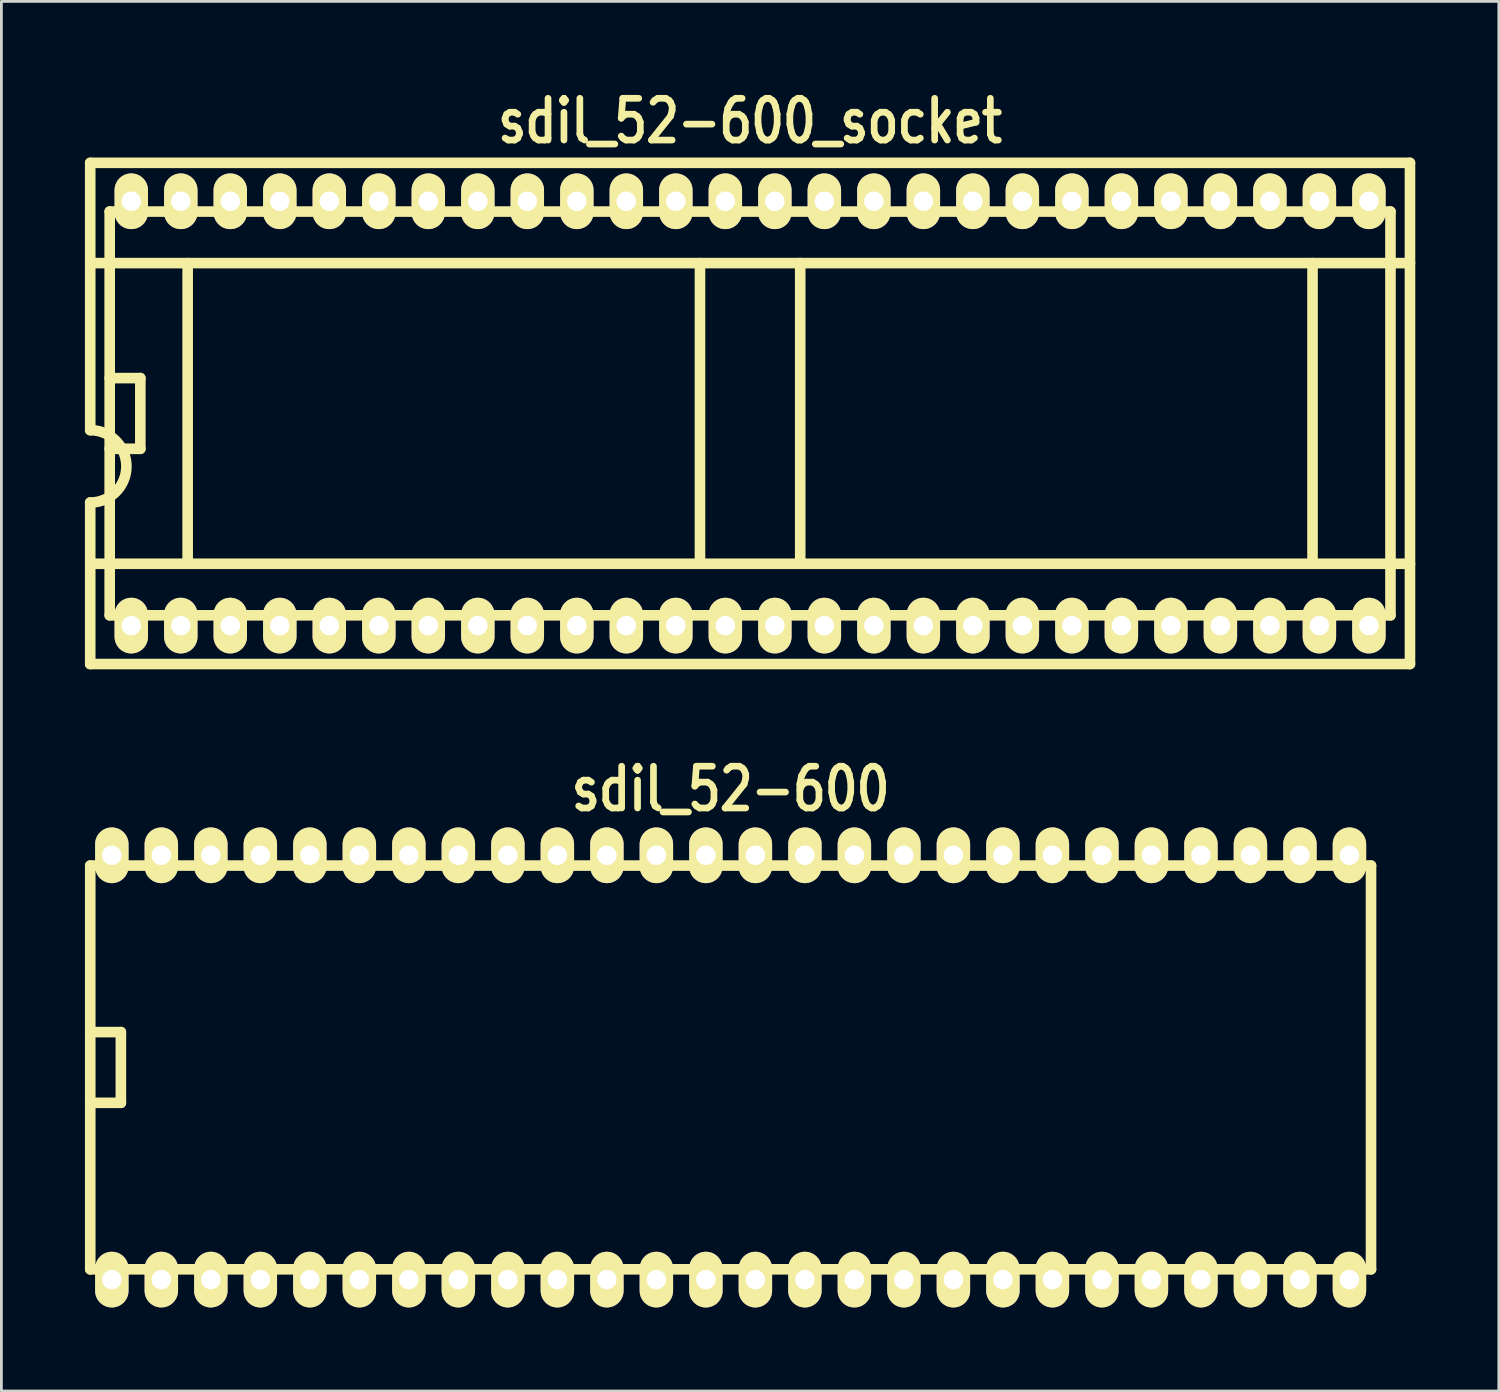
<source format=kicad_pcb>
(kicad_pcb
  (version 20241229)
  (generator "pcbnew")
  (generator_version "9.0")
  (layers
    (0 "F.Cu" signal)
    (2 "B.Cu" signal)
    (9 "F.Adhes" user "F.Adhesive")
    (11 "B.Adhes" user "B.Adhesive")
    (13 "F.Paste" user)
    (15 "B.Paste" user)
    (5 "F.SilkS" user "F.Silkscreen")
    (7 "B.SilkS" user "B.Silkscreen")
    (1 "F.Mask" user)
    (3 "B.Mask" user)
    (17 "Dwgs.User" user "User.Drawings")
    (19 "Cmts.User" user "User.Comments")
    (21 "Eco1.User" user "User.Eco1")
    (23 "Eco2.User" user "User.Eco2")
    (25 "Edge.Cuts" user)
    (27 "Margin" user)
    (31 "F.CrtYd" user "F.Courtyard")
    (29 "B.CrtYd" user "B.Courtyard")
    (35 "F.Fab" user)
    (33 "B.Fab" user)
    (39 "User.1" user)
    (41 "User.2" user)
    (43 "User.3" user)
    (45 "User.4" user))
  (footprint "sdil_52-600_socket"
    (layer "F.Cu")
    (at 23.89 11.799)
    (property "Reference" "sdil_52-600_socket" (at 0 -10.5 0) (layer "F.SilkS") (effects (font (size 1.5 1.2) (thickness 0.24))))
    (attr through_hole)
    (fp_line (start -23.7 -9) (end -23.7 0.6) (stroke (width 0.381) (type solid)) (layer "F.SilkS"))
    (fp_line (start -23.7 -9) (end 23.7 -9) (stroke (width 0.381) (type solid)) (layer "F.SilkS"))
    (fp_line (start -23.7 -5.4) (end 23.7 -5.4) (stroke (width 0.381) (type solid)) (layer "F.SilkS"))
    (fp_line (start -23.7 3.2) (end -23.7 9) (stroke (width 0.381) (type solid)) (layer "F.SilkS"))
    (fp_line (start -23 -7.25) (end -23 7.25) (stroke (width 0.381) (type solid)) (layer "F.SilkS"))
    (fp_line (start -21.9 -1.27) (end -23 -1.27) (stroke (width 0.381) (type solid)) (layer "F.SilkS"))
    (fp_line (start -21.9 -1.27) (end -21.9 1.27) (stroke (width 0.381) (type solid)) (layer "F.SilkS"))
    (fp_line (start -21.9 1.27) (end -23 1.27) (stroke (width 0.381) (type solid)) (layer "F.SilkS"))
    (fp_line (start -20.2 5.4) (end -20.2 -5.4) (stroke (width 0.381) (type solid)) (layer "F.SilkS"))
    (fp_line (start -1.8 -5.4) (end -1.8 5.4) (stroke (width 0.381) (type solid)) (layer "F.SilkS"))
    (fp_line (start 1.8 5.4) (end 1.8 -5.4) (stroke (width 0.381) (type solid)) (layer "F.SilkS"))
    (fp_line (start 20.2 -5.4) (end 20.2 5.4) (stroke (width 0.381) (type solid)) (layer "F.SilkS"))
    (fp_line (start 23 -7.25) (end -23 -7.25) (stroke (width 0.381) (type solid)) (layer "F.SilkS"))
    (fp_line (start 23 7.25) (end -23 7.25) (stroke (width 0.381) (type solid)) (layer "F.SilkS"))
    (fp_line (start 23 7.25) (end 23 -7.25) (stroke (width 0.381) (type solid)) (layer "F.SilkS"))
    (fp_line (start 23.7 -9) (end 23.7 9) (stroke (width 0.381) (type solid)) (layer "F.SilkS"))
    (fp_line (start 23.7 5.4) (end -23.7 5.4) (stroke (width 0.381) (type solid)) (layer "F.SilkS"))
    (fp_line (start 23.7 9) (end -23.7 9) (stroke (width 0.381) (type solid)) (layer "F.SilkS"))
    (fp_arc (start -23.7 0.6) (mid -22.4 1.9) (end -23.7 3.2) (stroke (width 0.381) (type solid)) (layer "F.SilkS"))
    (pad "1" thru_hole oval (at -22.225 7.62) (size 1.2 2) (drill 0.7) (layers "*.Cu" "*.Mask" "F.SilkS"))
    (pad "2" thru_hole oval (at -20.447 7.62) (size 1.2 2) (drill 0.7) (layers "*.Cu" "*.Mask" "F.SilkS"))
    (pad "3" thru_hole oval (at -18.669 7.62) (size 1.2 2) (drill 0.7) (layers "*.Cu" "*.Mask" "F.SilkS"))
    (pad "4" thru_hole oval (at -16.891 7.62) (size 1.2 2) (drill 0.7) (layers "*.Cu" "*.Mask" "F.SilkS"))
    (pad "5" thru_hole oval (at -15.113 7.62) (size 1.2 2) (drill 0.7) (layers "*.Cu" "*.Mask" "F.SilkS"))
    (pad "6" thru_hole oval (at -13.335 7.62) (size 1.2 2) (drill 0.7) (layers "*.Cu" "*.Mask" "F.SilkS"))
    (pad "7" thru_hole oval (at -11.557 7.62) (size 1.2 2) (drill 0.7) (layers "*.Cu" "*.Mask" "F.SilkS"))
    (pad "8" thru_hole oval (at -9.779 7.62) (size 1.2 2) (drill 0.7) (layers "*.Cu" "*.Mask" "F.SilkS"))
    (pad "9" thru_hole oval (at -8.001 7.62) (size 1.2 2) (drill 0.7) (layers "*.Cu" "*.Mask" "F.SilkS"))
    (pad "10" thru_hole oval (at -6.223 7.62) (size 1.2 2) (drill 0.7) (layers "*.Cu" "*.Mask" "F.SilkS"))
    (pad "11" thru_hole oval (at -4.445 7.62) (size 1.2 2) (drill 0.7) (layers "*.Cu" "*.Mask" "F.SilkS"))
    (pad "12" thru_hole oval (at -2.667 7.62) (size 1.2 2) (drill 0.7) (layers "*.Cu" "*.Mask" "F.SilkS"))
    (pad "13" thru_hole oval (at -0.889 7.62) (size 1.2 2) (drill 0.7) (layers "*.Cu" "*.Mask" "F.SilkS"))
    (pad "14" thru_hole oval (at 0.889 7.62) (size 1.2 2) (drill 0.7) (layers "*.Cu" "*.Mask" "F.SilkS"))
    (pad "15" thru_hole oval (at 2.667 7.62) (size 1.2 2) (drill 0.7) (layers "*.Cu" "*.Mask" "F.SilkS"))
    (pad "16" thru_hole oval (at 4.445 7.62) (size 1.2 2) (drill 0.7) (layers "*.Cu" "*.Mask" "F.SilkS"))
    (pad "17" thru_hole oval (at 6.223 7.62) (size 1.2 2) (drill 0.7) (layers "*.Cu" "*.Mask" "F.SilkS"))
    (pad "18" thru_hole oval (at 8.001 7.62) (size 1.2 2) (drill 0.7) (layers "*.Cu" "*.Mask" "F.SilkS"))
    (pad "19" thru_hole oval (at 9.779 7.62) (size 1.2 2) (drill 0.7) (layers "*.Cu" "*.Mask" "F.SilkS"))
    (pad "20" thru_hole oval (at 11.557 7.62) (size 1.2 2) (drill 0.7) (layers "*.Cu" "*.Mask" "F.SilkS"))
    (pad "21" thru_hole oval (at 13.335 7.62) (size 1.2 2) (drill 0.7) (layers "*.Cu" "*.Mask" "F.SilkS"))
    (pad "22" thru_hole oval (at 15.113 7.62) (size 1.2 2) (drill 0.7) (layers "*.Cu" "*.Mask" "F.SilkS"))
    (pad "23" thru_hole oval (at 16.891 7.62) (size 1.2 2) (drill 0.7) (layers "*.Cu" "*.Mask" "F.SilkS"))
    (pad "24" thru_hole oval (at 18.669 7.62) (size 1.2 2) (drill 0.7) (layers "*.Cu" "*.Mask" "F.SilkS"))
    (pad "25" thru_hole oval (at 20.447 7.62) (size 1.2 2) (drill 0.7) (layers "*.Cu" "*.Mask" "F.SilkS"))
    (pad "26" thru_hole oval (at 22.225 7.62) (size 1.2 2) (drill 0.7) (layers "*.Cu" "*.Mask" "F.SilkS"))
    (pad "27" thru_hole oval (at 22.225 -7.62) (size 1.2 2) (drill 0.7) (layers "*.Cu" "*.Mask" "F.SilkS"))
    (pad "28" thru_hole oval (at 20.447 -7.62) (size 1.2 2) (drill 0.7) (layers "*.Cu" "*.Mask" "F.SilkS"))
    (pad "29" thru_hole oval (at 18.669 -7.62) (size 1.2 2) (drill 0.7) (layers "*.Cu" "*.Mask" "F.SilkS"))
    (pad "30" thru_hole oval (at 16.891 -7.62) (size 1.2 2) (drill 0.7) (layers "*.Cu" "*.Mask" "F.SilkS"))
    (pad "31" thru_hole oval (at 15.113 -7.62) (size 1.2 2) (drill 0.7) (layers "*.Cu" "*.Mask" "F.SilkS"))
    (pad "32" thru_hole oval (at 13.335 -7.62) (size 1.2 2) (drill 0.7) (layers "*.Cu" "*.Mask" "F.SilkS"))
    (pad "33" thru_hole oval (at 11.557 -7.62) (size 1.2 2) (drill 0.7) (layers "*.Cu" "*.Mask" "F.SilkS"))
    (pad "34" thru_hole oval (at 9.779 -7.62) (size 1.2 2) (drill 0.7) (layers "*.Cu" "*.Mask" "F.SilkS"))
    (pad "35" thru_hole oval (at 8.001 -7.62) (size 1.2 2) (drill 0.7) (layers "*.Cu" "*.Mask" "F.SilkS"))
    (pad "36" thru_hole oval (at 6.223 -7.62) (size 1.2 2) (drill 0.7) (layers "*.Cu" "*.Mask" "F.SilkS"))
    (pad "37" thru_hole oval (at 4.445 -7.62) (size 1.2 2) (drill 0.7) (layers "*.Cu" "*.Mask" "F.SilkS"))
    (pad "38" thru_hole oval (at 2.667 -7.62) (size 1.2 2) (drill 0.7) (layers "*.Cu" "*.Mask" "F.SilkS"))
    (pad "39" thru_hole oval (at 0.889 -7.62) (size 1.2 2) (drill 0.7) (layers "*.Cu" "*.Mask" "F.SilkS"))
    (pad "40" thru_hole oval (at -0.889 -7.62) (size 1.2 2) (drill 0.7) (layers "*.Cu" "*.Mask" "F.SilkS"))
    (pad "41" thru_hole oval (at -2.667 -7.62) (size 1.2 2) (drill 0.7) (layers "*.Cu" "*.Mask" "F.SilkS"))
    (pad "42" thru_hole oval (at -4.445 -7.62) (size 1.2 2) (drill 0.7) (layers "*.Cu" "*.Mask" "F.SilkS"))
    (pad "43" thru_hole oval (at -6.223 -7.62) (size 1.2 2) (drill 0.7) (layers "*.Cu" "*.Mask" "F.SilkS"))
    (pad "44" thru_hole oval (at -8.001 -7.62) (size 1.2 2) (drill 0.7) (layers "*.Cu" "*.Mask" "F.SilkS"))
    (pad "45" thru_hole oval (at -9.779 -7.62) (size 1.2 2) (drill 0.7) (layers "*.Cu" "*.Mask" "F.SilkS"))
    (pad "46" thru_hole oval (at -11.557 -7.62) (size 1.2 2) (drill 0.7) (layers "*.Cu" "*.Mask" "F.SilkS"))
    (pad "47" thru_hole oval (at -13.335 -7.62) (size 1.2 2) (drill 0.7) (layers "*.Cu" "*.Mask" "F.SilkS"))
    (pad "48" thru_hole oval (at -15.113 -7.62) (size 1.2 2) (drill 0.7) (layers "*.Cu" "*.Mask" "F.SilkS"))
    (pad "49" thru_hole oval (at -16.891 -7.62) (size 1.2 2) (drill 0.7) (layers "*.Cu" "*.Mask" "F.SilkS"))
    (pad "50" thru_hole oval (at -18.669 -7.62) (size 1.2 2) (drill 0.7) (layers "*.Cu" "*.Mask" "F.SilkS"))
    (pad "51" thru_hole oval (at -20.447 -7.62) (size 1.2 2) (drill 0.7) (layers "*.Cu" "*.Mask" "F.SilkS"))
    (pad "52" thru_hole oval (at -22.225 -7.62) (size 1.2 2) (drill 0.7) (layers "*.Cu" "*.Mask" "F.SilkS")))
  (footprint "sdil_52-600"
    (layer "F.Cu")
    (at 23.191 35.288)
    (property "Reference" "sdil_52-600" (at 0 -10 0) (layer "F.SilkS") (effects (font (size 1.5 1.2) (thickness 0.24))))
    (attr through_hole)
    (fp_line (start -23 -7.25) (end -23 7.25) (stroke (width 0.381) (type solid)) (layer "F.SilkS"))
    (fp_line (start -21.9 -1.27) (end -23 -1.27) (stroke (width 0.381) (type solid)) (layer "F.SilkS"))
    (fp_line (start -21.9 -1.27) (end -21.9 1.27) (stroke (width 0.381) (type solid)) (layer "F.SilkS"))
    (fp_line (start -21.9 1.27) (end -23 1.27) (stroke (width 0.381) (type solid)) (layer "F.SilkS"))
    (fp_line (start 23 -7.25) (end -23 -7.25) (stroke (width 0.381) (type solid)) (layer "F.SilkS"))
    (fp_line (start 23 7.25) (end -23 7.25) (stroke (width 0.381) (type solid)) (layer "F.SilkS"))
    (fp_line (start 23 7.25) (end 23 -7.25) (stroke (width 0.381) (type solid)) (layer "F.SilkS"))
    (pad "1" thru_hole oval (at -22.225 7.62) (size 1.2 2) (drill 0.7) (layers "*.Cu" "*.Mask" "F.SilkS"))
    (pad "2" thru_hole oval (at -20.447 7.62) (size 1.2 2) (drill 0.7) (layers "*.Cu" "*.Mask" "F.SilkS"))
    (pad "3" thru_hole oval (at -18.669 7.62) (size 1.2 2) (drill 0.7) (layers "*.Cu" "*.Mask" "F.SilkS"))
    (pad "4" thru_hole oval (at -16.891 7.62) (size 1.2 2) (drill 0.7) (layers "*.Cu" "*.Mask" "F.SilkS"))
    (pad "5" thru_hole oval (at -15.113 7.62) (size 1.2 2) (drill 0.7) (layers "*.Cu" "*.Mask" "F.SilkS"))
    (pad "6" thru_hole oval (at -13.335 7.62) (size 1.2 2) (drill 0.7) (layers "*.Cu" "*.Mask" "F.SilkS"))
    (pad "7" thru_hole oval (at -11.557 7.62) (size 1.2 2) (drill 0.7) (layers "*.Cu" "*.Mask" "F.SilkS"))
    (pad "8" thru_hole oval (at -9.779 7.62) (size 1.2 2) (drill 0.7) (layers "*.Cu" "*.Mask" "F.SilkS"))
    (pad "9" thru_hole oval (at -8.001 7.62) (size 1.2 2) (drill 0.7) (layers "*.Cu" "*.Mask" "F.SilkS"))
    (pad "10" thru_hole oval (at -6.223 7.62) (size 1.2 2) (drill 0.7) (layers "*.Cu" "*.Mask" "F.SilkS"))
    (pad "11" thru_hole oval (at -4.445 7.62) (size 1.2 2) (drill 0.7) (layers "*.Cu" "*.Mask" "F.SilkS"))
    (pad "12" thru_hole oval (at -2.667 7.62) (size 1.2 2) (drill 0.7) (layers "*.Cu" "*.Mask" "F.SilkS"))
    (pad "13" thru_hole oval (at -0.889 7.62) (size 1.2 2) (drill 0.7) (layers "*.Cu" "*.Mask" "F.SilkS"))
    (pad "14" thru_hole oval (at 0.889 7.62) (size 1.2 2) (drill 0.7) (layers "*.Cu" "*.Mask" "F.SilkS"))
    (pad "15" thru_hole oval (at 2.667 7.62) (size 1.2 2) (drill 0.7) (layers "*.Cu" "*.Mask" "F.SilkS"))
    (pad "16" thru_hole oval (at 4.445 7.62) (size 1.2 2) (drill 0.7) (layers "*.Cu" "*.Mask" "F.SilkS"))
    (pad "17" thru_hole oval (at 6.223 7.62) (size 1.2 2) (drill 0.7) (layers "*.Cu" "*.Mask" "F.SilkS"))
    (pad "18" thru_hole oval (at 8.001 7.62) (size 1.2 2) (drill 0.7) (layers "*.Cu" "*.Mask" "F.SilkS"))
    (pad "19" thru_hole oval (at 9.779 7.62) (size 1.2 2) (drill 0.7) (layers "*.Cu" "*.Mask" "F.SilkS"))
    (pad "20" thru_hole oval (at 11.557 7.62) (size 1.2 2) (drill 0.7) (layers "*.Cu" "*.Mask" "F.SilkS"))
    (pad "21" thru_hole oval (at 13.335 7.62) (size 1.2 2) (drill 0.7) (layers "*.Cu" "*.Mask" "F.SilkS"))
    (pad "22" thru_hole oval (at 15.113 7.62) (size 1.2 2) (drill 0.7) (layers "*.Cu" "*.Mask" "F.SilkS"))
    (pad "23" thru_hole oval (at 16.891 7.62) (size 1.2 2) (drill 0.7) (layers "*.Cu" "*.Mask" "F.SilkS"))
    (pad "24" thru_hole oval (at 18.669 7.62) (size 1.2 2) (drill 0.7) (layers "*.Cu" "*.Mask" "F.SilkS"))
    (pad "25" thru_hole oval (at 20.447 7.62) (size 1.2 2) (drill 0.7) (layers "*.Cu" "*.Mask" "F.SilkS"))
    (pad "26" thru_hole oval (at 22.225 7.62) (size 1.2 2) (drill 0.7) (layers "*.Cu" "*.Mask" "F.SilkS"))
    (pad "27" thru_hole oval (at 22.225 -7.62) (size 1.2 2) (drill 0.7) (layers "*.Cu" "*.Mask" "F.SilkS"))
    (pad "28" thru_hole oval (at 20.447 -7.62) (size 1.2 2) (drill 0.7) (layers "*.Cu" "*.Mask" "F.SilkS"))
    (pad "29" thru_hole oval (at 18.669 -7.62) (size 1.2 2) (drill 0.7) (layers "*.Cu" "*.Mask" "F.SilkS"))
    (pad "30" thru_hole oval (at 16.891 -7.62) (size 1.2 2) (drill 0.7) (layers "*.Cu" "*.Mask" "F.SilkS"))
    (pad "31" thru_hole oval (at 15.113 -7.62) (size 1.2 2) (drill 0.7) (layers "*.Cu" "*.Mask" "F.SilkS"))
    (pad "32" thru_hole oval (at 13.335 -7.62) (size 1.2 2) (drill 0.7) (layers "*.Cu" "*.Mask" "F.SilkS"))
    (pad "33" thru_hole oval (at 11.557 -7.62) (size 1.2 2) (drill 0.7) (layers "*.Cu" "*.Mask" "F.SilkS"))
    (pad "34" thru_hole oval (at 9.779 -7.62) (size 1.2 2) (drill 0.7) (layers "*.Cu" "*.Mask" "F.SilkS"))
    (pad "35" thru_hole oval (at 8.001 -7.62) (size 1.2 2) (drill 0.7) (layers "*.Cu" "*.Mask" "F.SilkS"))
    (pad "36" thru_hole oval (at 6.223 -7.62) (size 1.2 2) (drill 0.7) (layers "*.Cu" "*.Mask" "F.SilkS"))
    (pad "37" thru_hole oval (at 4.445 -7.62) (size 1.2 2) (drill 0.7) (layers "*.Cu" "*.Mask" "F.SilkS"))
    (pad "38" thru_hole oval (at 2.667 -7.62) (size 1.2 2) (drill 0.7) (layers "*.Cu" "*.Mask" "F.SilkS"))
    (pad "39" thru_hole oval (at 0.889 -7.62) (size 1.2 2) (drill 0.7) (layers "*.Cu" "*.Mask" "F.SilkS"))
    (pad "40" thru_hole oval (at -0.889 -7.62) (size 1.2 2) (drill 0.7) (layers "*.Cu" "*.Mask" "F.SilkS"))
    (pad "41" thru_hole oval (at -2.667 -7.62) (size 1.2 2) (drill 0.7) (layers "*.Cu" "*.Mask" "F.SilkS"))
    (pad "42" thru_hole oval (at -4.445 -7.62) (size 1.2 2) (drill 0.7) (layers "*.Cu" "*.Mask" "F.SilkS"))
    (pad "43" thru_hole oval (at -6.223 -7.62) (size 1.2 2) (drill 0.7) (layers "*.Cu" "*.Mask" "F.SilkS"))
    (pad "44" thru_hole oval (at -8.001 -7.62) (size 1.2 2) (drill 0.7) (layers "*.Cu" "*.Mask" "F.SilkS"))
    (pad "45" thru_hole oval (at -9.779 -7.62) (size 1.2 2) (drill 0.7) (layers "*.Cu" "*.Mask" "F.SilkS"))
    (pad "46" thru_hole oval (at -11.557 -7.62) (size 1.2 2) (drill 0.7) (layers "*.Cu" "*.Mask" "F.SilkS"))
    (pad "47" thru_hole oval (at -13.335 -7.62) (size 1.2 2) (drill 0.7) (layers "*.Cu" "*.Mask" "F.SilkS"))
    (pad "48" thru_hole oval (at -15.113 -7.62) (size 1.2 2) (drill 0.7) (layers "*.Cu" "*.Mask" "F.SilkS"))
    (pad "49" thru_hole oval (at -16.891 -7.62) (size 1.2 2) (drill 0.7) (layers "*.Cu" "*.Mask" "F.SilkS"))
    (pad "50" thru_hole oval (at -18.669 -7.62) (size 1.2 2) (drill 0.7) (layers "*.Cu" "*.Mask" "F.SilkS"))
    (pad "51" thru_hole oval (at -20.447 -7.62) (size 1.2 2) (drill 0.7) (layers "*.Cu" "*.Mask" "F.SilkS"))
    (pad "52" thru_hole oval (at -22.225 -7.62) (size 1.2 2) (drill 0.7) (layers "*.Cu" "*.Mask" "F.SilkS")))
  (gr_rect
    (start -3 -3)
    (end 50.781 46.908)
    (stroke (width 0.1) (type default))
    (fill no)
    (layer "Edge.Cuts")))
</source>
